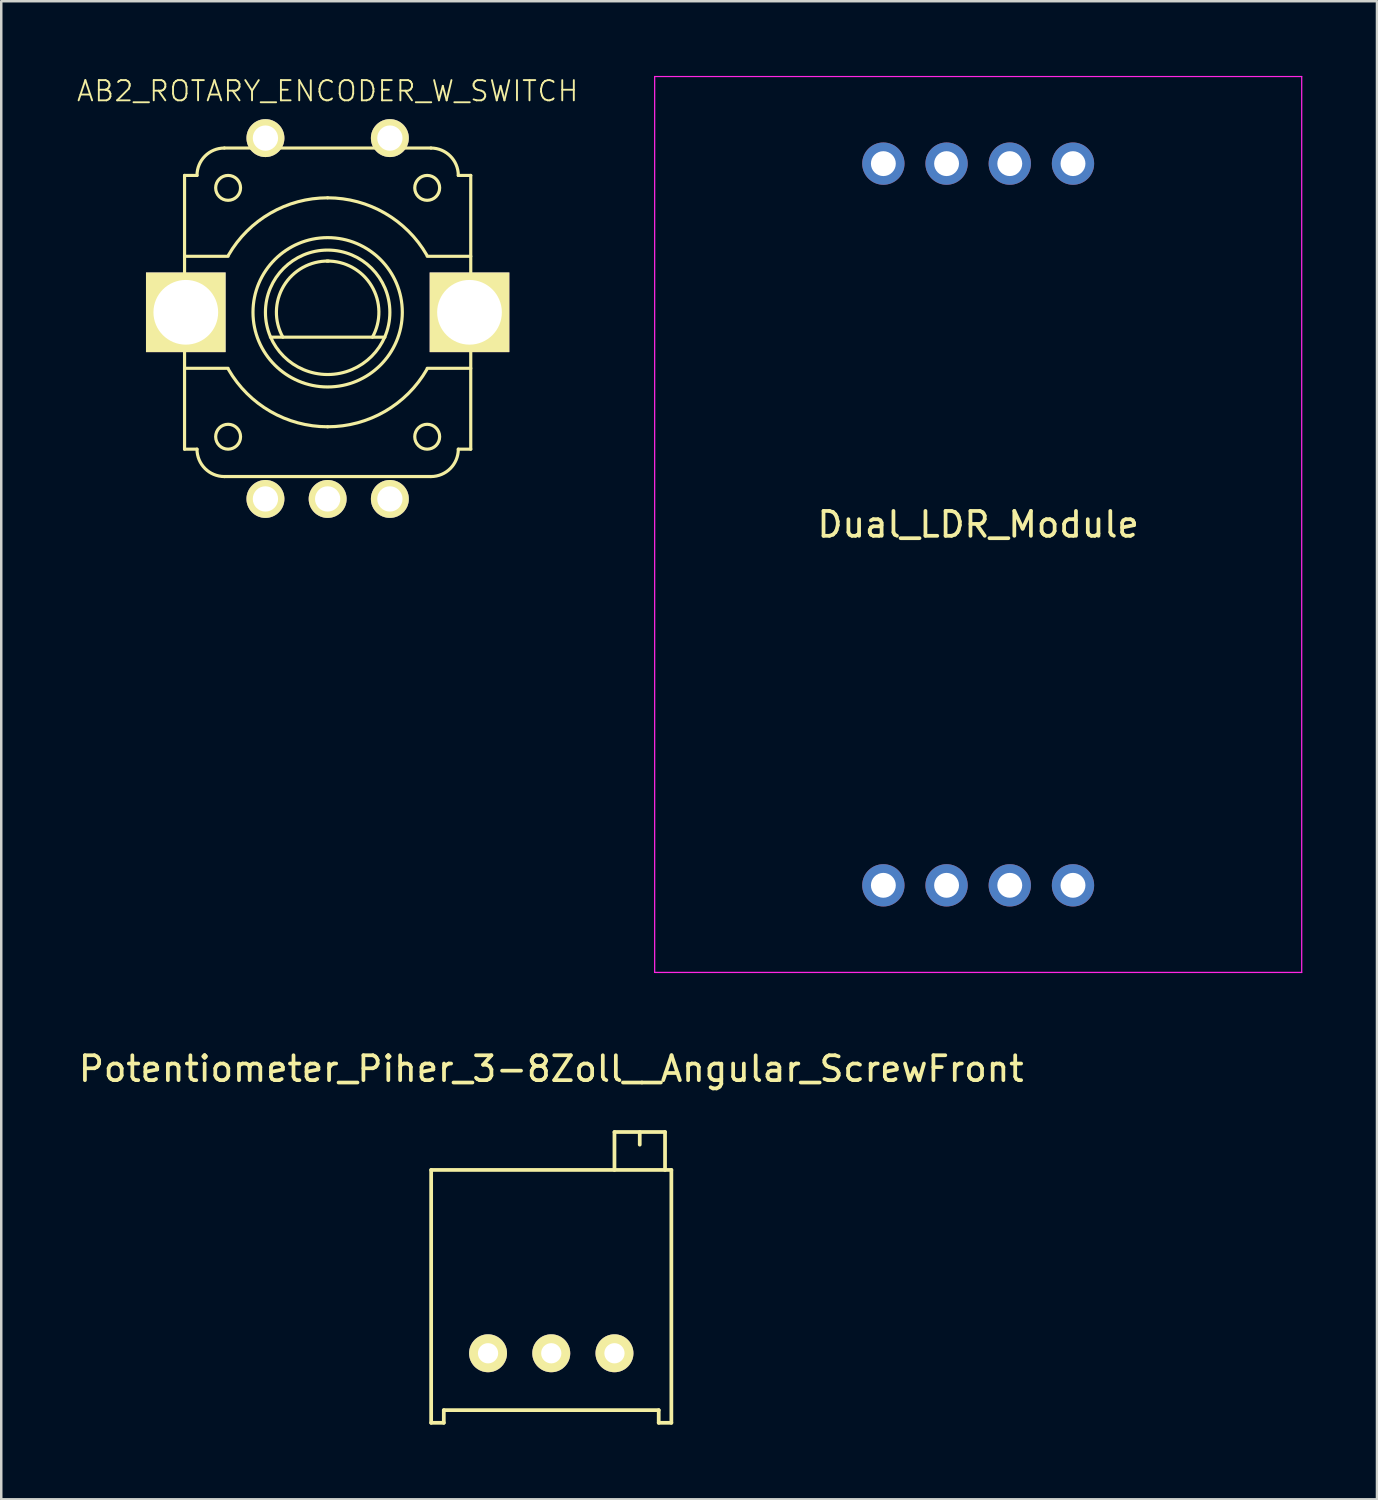
<source format=kicad_pcb>
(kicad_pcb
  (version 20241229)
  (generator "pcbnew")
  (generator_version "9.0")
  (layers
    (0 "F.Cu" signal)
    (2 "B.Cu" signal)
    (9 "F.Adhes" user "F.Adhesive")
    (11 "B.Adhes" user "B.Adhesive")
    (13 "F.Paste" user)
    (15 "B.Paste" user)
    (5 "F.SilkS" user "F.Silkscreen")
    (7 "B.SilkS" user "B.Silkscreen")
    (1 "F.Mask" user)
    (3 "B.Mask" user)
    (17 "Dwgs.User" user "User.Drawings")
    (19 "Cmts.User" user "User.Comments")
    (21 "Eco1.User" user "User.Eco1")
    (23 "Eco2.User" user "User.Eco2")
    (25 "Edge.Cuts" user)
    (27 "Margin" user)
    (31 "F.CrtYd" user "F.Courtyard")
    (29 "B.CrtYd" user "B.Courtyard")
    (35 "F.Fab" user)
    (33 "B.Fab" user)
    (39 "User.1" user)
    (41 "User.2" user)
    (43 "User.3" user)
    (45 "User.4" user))
  (footprint "Potentiometer_Piher_3-8Zoll__Angular_ScrewFront"
    (layer "F.Cu")
    (at 21.641 48.788)
    (property "Reference" "Potentiometer_Piher_3-8Zoll__Angular_ScrewFront" (at -2.54 -8.89 0) (layer "F.SilkS") (effects (font (size 1 1) (thickness 0.15))))
    (attr through_hole)
    (fp_line (start -7.366 -4.826) (end -7.366 5.334) (stroke (width 0.15) (type solid)) (layer "F.SilkS"))
    (fp_line (start -7.366 -4.826) (end 2.286 -4.826) (stroke (width 0.15) (type solid)) (layer "F.SilkS"))
    (fp_line (start -7.366 5.334) (end -6.858 5.334) (stroke (width 0.15) (type solid)) (layer "F.SilkS"))
    (fp_line (start -6.858 4.826) (end 1.778 4.826) (stroke (width 0.15) (type solid)) (layer "F.SilkS"))
    (fp_line (start -6.858 5.334) (end -6.858 4.826) (stroke (width 0.15) (type solid)) (layer "F.SilkS"))
    (fp_line (start 0 -6.35) (end 2.032 -6.35) (stroke (width 0.15) (type solid)) (layer "F.SilkS"))
    (fp_line (start 0 -4.826) (end 0 -6.35) (stroke (width 0.15) (type solid)) (layer "F.SilkS"))
    (fp_line (start 1.016 -6.35) (end 1.016 -5.842) (stroke (width 0.15) (type solid)) (layer "F.SilkS"))
    (fp_line (start 1.778 4.826) (end 1.778 5.334) (stroke (width 0.15) (type solid)) (layer "F.SilkS"))
    (fp_line (start 1.778 5.334) (end 2.286 5.334) (stroke (width 0.15) (type solid)) (layer "F.SilkS"))
    (fp_line (start 2.032 -4.826) (end 2.032 -6.35) (stroke (width 0.15) (type solid)) (layer "F.SilkS"))
    (fp_line (start 2.286 5.334) (end 2.286 -4.826) (stroke (width 0.15) (type solid)) (layer "F.SilkS"))
    (pad "1" thru_hole circle (at 0 2.54 90) (size 1.524 1.524) (drill 0.813) (layers "*.Cu" "*.Mask" "F.SilkS"))
    (pad "2" thru_hole circle (at -2.54 2.54 90) (size 1.524 1.524) (drill 0.813) (layers "*.Cu" "*.Mask" "F.SilkS"))
    (pad "3" thru_hole circle (at -5.08 2.54 90) (size 1.524 1.524) (drill 0.813) (layers "*.Cu" "*.Mask" "F.SilkS")))
  (footprint "Dual_LDR_Module"
    (layer "F.Cu")
    (at 36.256 18.025)
    (property "Reference" "Dual_LDR_Module" (at 0 0 0) (layer "F.SilkS") (effects (font (size 1 1) (thickness 0.15))))
    (attr smd)
    (fp_line (start -13 -18) (end 13 -18) (stroke (width 0.05) (type solid)) (layer "F.CrtYd"))
    (fp_line (start -13 18) (end -13 -18) (stroke (width 0.05) (type solid)) (layer "F.CrtYd"))
    (fp_line (start 13 -18) (end 13 18) (stroke (width 0.05) (type solid)) (layer "F.CrtYd"))
    (fp_line (start 13 18) (end -13 18) (stroke (width 0.05) (type solid)) (layer "F.CrtYd"))
    (pad "1" thru_hole circle (at -3.81 14.5) (size 1.7 1.7) (drill 1) (layers "*.Cu" "*.Mask"))
    (pad "2" thru_hole circle (at -1.27 14.5) (size 1.7 1.7) (drill 1) (layers "*.Cu" "*.Mask"))
    (pad "4" thru_hole circle (at 1.27 14.5) (size 1.7 1.7) (drill 1) (layers "*.Cu" "*.Mask"))
    (pad "4" thru_hole circle (at 3.81 14.5) (size 1.7 1.7) (drill 1) (layers "*.Cu" "*.Mask"))
    (pad "5" thru_hole circle (at 3.81 -14.5) (size 1.7 1.7) (drill 1) (layers "*.Cu" "*.Mask"))
    (pad "6" thru_hole circle (at 1.27 -14.5) (size 1.7 1.7) (drill 1) (layers "*.Cu" "*.Mask"))
    (pad "7" thru_hole circle (at -1.27 -14.5) (size 1.7 1.7) (drill 1) (layers "*.Cu" "*.Mask"))
    (pad "8" thru_hole circle (at -3.81 -14.5) (size 1.7 1.7) (drill 1) (layers "*.Cu" "*.Mask")))
  (footprint "AB2_ROTARY_ENCODER_W_SWITCH"
    (layer "F.Cu")
    (at 10.116 9.499)
    (property "Reference" "AB2_ROTARY_ENCODER_W_SWITCH" (at 0 -8.89 0) (layer "F.SilkS") (effects (font (size 0.813 0.813) (thickness 0.076))))
    (attr through_hole)
    (fp_line (start -5.75 -5.5) (end -5.75 5.5) (stroke (width 0.127) (type solid)) (layer "F.SilkS"))
    (fp_line (start -5.75 -5.5) (end -5.25 -5.5) (stroke (width 0.127) (type solid)) (layer "F.SilkS"))
    (fp_line (start -5.75 -2.25) (end -4 -2.25) (stroke (width 0.127) (type solid)) (layer "F.SilkS"))
    (fp_line (start -5.75 2.25) (end -4 2.25) (stroke (width 0.127) (type solid)) (layer "F.SilkS"))
    (fp_line (start -5.75 5.5) (end -5.25 5.5) (stroke (width 0.127) (type solid)) (layer "F.SilkS"))
    (fp_line (start -4.15 -6.6) (end 4.15 -6.6) (stroke (width 0.127) (type solid)) (layer "F.SilkS"))
    (fp_line (start -4.15 6.6) (end 4.15 6.6) (stroke (width 0.127) (type solid)) (layer "F.SilkS"))
    (fp_line (start -2.3 1) (end 2.3 1) (stroke (width 0.127) (type solid)) (layer "F.SilkS"))
    (fp_line (start 5.75 -5.5) (end 5.25 -5.5) (stroke (width 0.127) (type solid)) (layer "F.SilkS"))
    (fp_line (start 5.75 -5.5) (end 5.75 5.5) (stroke (width 0.127) (type solid)) (layer "F.SilkS"))
    (fp_line (start 5.75 -2.25) (end 4 -2.25) (stroke (width 0.127) (type solid)) (layer "F.SilkS"))
    (fp_line (start 5.75 2.25) (end 4 2.25) (stroke (width 0.127) (type solid)) (layer "F.SilkS"))
    (fp_line (start 5.75 5.5) (end 5.25 5.5) (stroke (width 0.127) (type solid)) (layer "F.SilkS"))
    (fp_arc (start -5.25 -5.5) (mid -4.927817 -6.277817) (end -4.15 -6.6) (stroke (width 0.127) (type solid)) (layer "F.SilkS"))
    (fp_arc (start -4.15 6.6) (mid -4.927817 6.277817) (end -5.25 5.5) (stroke (width 0.127) (type solid)) (layer "F.SilkS"))
    (fp_arc (start -3.983717 -2.3) (mid -2.3 -3.983717) (end 0 -4.6) (stroke (width 0.127) (type solid)) (layer "F.SilkS"))
    (fp_arc (start -1.8 1) (mid -1.766025 -1.058846) (end 0.033975 -2.058846) (stroke (width 0.127) (type solid)) (layer "F.SilkS"))
    (fp_arc (start -0.033975 -2.058846) (mid 1.766026 -1.058846) (end 1.8 1) (stroke (width 0.127) (type solid)) (layer "F.SilkS"))
    (fp_arc (start 0 -4.6) (mid 2.3 -3.983717) (end 3.983717 -2.3) (stroke (width 0.127) (type solid)) (layer "F.SilkS"))
    (fp_arc (start 0 4.6) (mid -2.3 3.983717) (end -3.983717 2.3) (stroke (width 0.127) (type solid)) (layer "F.SilkS"))
    (fp_arc (start 3.983717 2.3) (mid 2.3 3.983717) (end 0 4.6) (stroke (width 0.127) (type solid)) (layer "F.SilkS"))
    (fp_arc (start 4.15 -6.6) (mid 4.927817 -6.277817) (end 5.25 -5.5) (stroke (width 0.127) (type solid)) (layer "F.SilkS"))
    (fp_arc (start 5.25 5.5) (mid 4.927817 6.277817) (end 4.15 6.6) (stroke (width 0.127) (type solid)) (layer "F.SilkS"))
    (fp_circle (center -4 -5) (end -4 -5.5) (stroke (width 0.127) (type solid)) (fill no) (layer "F.SilkS"))
    (fp_circle (center -4 5) (end -4 4.5) (stroke (width 0.127) (type solid)) (fill no) (layer "F.SilkS"))
    (fp_circle (center 0 0) (end 0 -3) (stroke (width 0.127) (type solid)) (fill no) (layer "F.SilkS"))
    (fp_circle (center 0 0) (end 0 -2.5) (stroke (width 0.127) (type solid)) (fill no) (layer "F.SilkS"))
    (fp_circle (center 4 -5) (end 4 -5.5) (stroke (width 0.127) (type solid)) (fill no) (layer "F.SilkS"))
    (fp_circle (center 4 5) (end 4 4.5) (stroke (width 0.127) (type solid)) (fill no) (layer "F.SilkS"))
    (fp_line (start 0 0) (end -2.54 0) (stroke (width 0.15) (type solid)) (layer "Eco1.User"))
    (fp_line (start 0 0) (end 0 -2.54) (stroke (width 0.15) (type solid)) (layer "Eco1.User"))
    (fp_line (start 0 0) (end 0 2.54) (stroke (width 0.15) (type solid)) (layer "Eco1.User"))
    (fp_line (start 0 0) (end 2.54 0) (stroke (width 0.15) (type solid)) (layer "Eco1.User"))
    (fp_circle (center 0 0) (end 1.27 -1.27) (stroke (width 0.15) (type solid)) (fill no) (layer "Eco1.User"))
    (pad "1" thru_hole circle (at 0 7.5) (size 1.524 1.524) (drill 1.016) (layers "*.Cu" "*.Mask" "F.SilkS"))
    (pad "2" thru_hole circle (at -2.5 7.5) (size 1.524 1.524) (drill 1.016) (layers "*.Cu" "*.Mask" "F.SilkS"))
    (pad "3" thru_hole circle (at 2.5 7.5) (size 1.524 1.524) (drill 1.016) (layers "*.Cu" "*.Mask" "F.SilkS"))
    (pad "4" thru_hole circle (at 2.5 -7) (size 1.524 1.524) (drill 1.016) (layers "*.Cu" "*.Mask" "F.SilkS"))
    (pad "6" thru_hole circle (at -2.5 -7) (size 1.524 1.524) (drill 1.016) (layers "*.Cu" "*.Mask" "F.SilkS"))
    (pad "7" thru_hole rect (at -5.7 0) (size 3.2 3.2) (drill 2.6) (layers "*.Cu" "*.Mask" "F.SilkS"))
    (pad "7" thru_hole rect (at 5.7 0) (size 3.2 3.2) (drill 2.6) (layers "*.Cu" "*.Mask" "F.SilkS")))
  (gr_rect
    (start -3 -3)
    (end 52.281 57.197)
    (stroke (width 0.1) (type default))
    (fill no)
    (layer "Edge.Cuts")))
</source>
